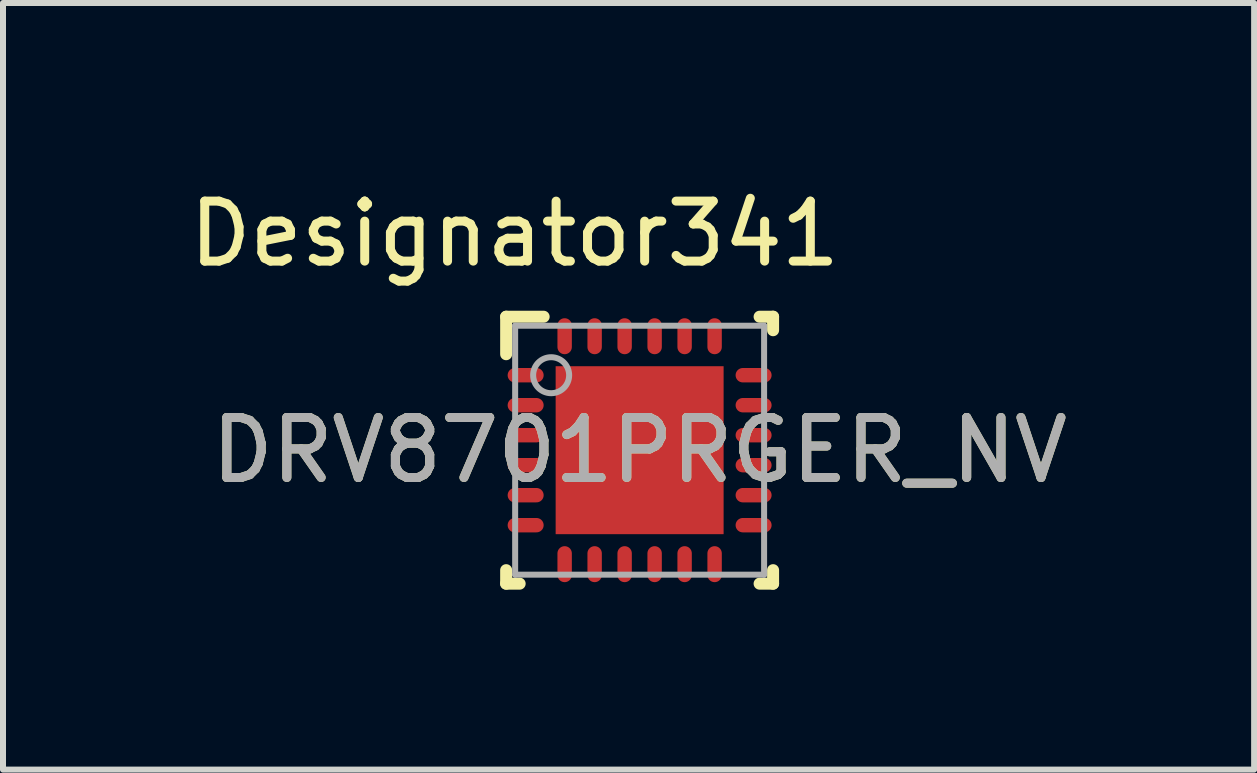
<source format=kicad_pcb>
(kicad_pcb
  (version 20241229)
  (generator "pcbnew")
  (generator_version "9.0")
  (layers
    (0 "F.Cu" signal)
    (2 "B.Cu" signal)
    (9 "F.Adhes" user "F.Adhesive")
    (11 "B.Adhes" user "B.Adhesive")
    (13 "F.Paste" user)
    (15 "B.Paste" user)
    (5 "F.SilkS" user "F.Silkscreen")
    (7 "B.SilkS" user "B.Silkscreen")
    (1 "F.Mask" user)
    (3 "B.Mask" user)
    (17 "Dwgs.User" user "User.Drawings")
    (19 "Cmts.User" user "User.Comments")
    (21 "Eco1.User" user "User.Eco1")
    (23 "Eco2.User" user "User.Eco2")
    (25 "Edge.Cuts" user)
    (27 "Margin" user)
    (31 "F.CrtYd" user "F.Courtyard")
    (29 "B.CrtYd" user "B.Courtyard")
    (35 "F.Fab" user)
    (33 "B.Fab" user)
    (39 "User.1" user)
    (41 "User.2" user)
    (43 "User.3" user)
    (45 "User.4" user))
  (footprint "DRV8701PRGER_NV"
    (layer "F.Cu")
    (at 7.613 4.455)
    (property "Reference" "DRV8701PRGER_NV" (at 0 0 0) (unlocked yes) (layer "F.SilkS") (effects (font (size 1 1) (thickness 0.15))))
    (attr smd)
    (fp_line (start -2.225 -2.225) (end -1.6 -2.225) (stroke (width 0.2) (type solid)) (layer "F.SilkS"))
    (fp_line (start -2.225 -1.6) (end -2.225 -2.225) (stroke (width 0.2) (type solid)) (layer "F.SilkS"))
    (fp_line (start -2.225 2.225) (end -2.225 2) (stroke (width 0.2) (type solid)) (layer "F.SilkS"))
    (fp_line (start -2.225 2.225) (end -2 2.225) (stroke (width 0.2) (type solid)) (layer "F.SilkS"))
    (fp_line (start 2 -2.225) (end 2.225 -2.225) (stroke (width 0.2) (type solid)) (layer "F.SilkS"))
    (fp_line (start 2 2.225) (end 2.225 2.225) (stroke (width 0.2) (type solid)) (layer "F.SilkS"))
    (fp_line (start 2.225 -2) (end 2.225 -2.225) (stroke (width 0.2) (type solid)) (layer "F.SilkS"))
    (fp_line (start 2.225 2.225) (end 2.225 2) (stroke (width 0.2) (type solid)) (layer "F.SilkS"))
    (fp_poly (pts (xy -0.1 -1.329) (xy -1.329 -1.329) (xy -1.329 -0.1) (xy -0.1 -0.1)) (stroke (width 0) (type solid)) (fill yes) (layer "F.Paste"))
    (fp_poly (pts (xy -0.1 0.1) (xy -1.329 0.1) (xy -1.329 1.329) (xy -0.1 1.329)) (stroke (width 0) (type solid)) (fill yes) (layer "F.Paste"))
    (fp_poly (pts (xy 0.1 -0.1) (xy 1.329 -0.1) (xy 1.329 -1.329) (xy 0.1 -1.329)) (stroke (width 0) (type solid)) (fill yes) (layer "F.Paste"))
    (fp_poly (pts (xy 0.1 1.329) (xy 1.329 1.329) (xy 1.329 0.1) (xy 0.1 0.1)) (stroke (width 0) (type solid)) (fill yes) (layer "F.Paste"))
    (fp_line (start -2.075 -2.075) (end 2.075 -2.075) (stroke (width 0.1) (type solid)) (layer "F.Fab"))
    (fp_line (start -2.075 2.075) (end -2.075 -2.075) (stroke (width 0.1) (type solid)) (layer "F.Fab"))
    (fp_line (start -2.075 2.075) (end 2.075 2.075) (stroke (width 0.1) (type solid)) (layer "F.Fab"))
    (fp_line (start 2.075 2.075) (end 2.075 -2.075) (stroke (width 0.1) (type solid)) (layer "F.Fab"))
    (fp_circle (center -1.475 -1.25) (end -1.175 -1.25) (stroke (width 0.1) (type solid)) (fill no) (layer "F.Fab"))
    (fp_text user "Designator341" (at -2.083 -3.607 0) (unlocked yes) (layer "F.SilkS") (effects (font (size 1 1) (thickness 0.15))))
    (fp_text user "${REFERENCE}" (at 0 0 0) (unlocked yes) (layer "F.Fab") (effects (font (size 1 1) (thickness 0.15))))
    (pad "1" smd oval (at -1.9 -1.25 90) (size 0.24 0.6) (layers "F.Cu" "F.Mask" "F.Paste"))
    (pad "2" smd oval (at -1.9 -0.75 90) (size 0.24 0.6) (layers "F.Cu" "F.Mask" "F.Paste"))
    (pad "3" smd oval (at -1.9 -0.25 90) (size 0.24 0.6) (layers "F.Cu" "F.Mask" "F.Paste"))
    (pad "4" smd oval (at -1.9 0.25 90) (size 0.24 0.6) (layers "F.Cu" "F.Mask" "F.Paste"))
    (pad "5" smd oval (at -1.9 0.75 90) (size 0.24 0.6) (layers "F.Cu" "F.Mask" "F.Paste"))
    (pad "6" smd oval (at -1.9 1.25 90) (size 0.24 0.6) (layers "F.Cu" "F.Mask" "F.Paste"))
    (pad "7" smd oval (at -1.25 1.9) (size 0.24 0.6) (layers "F.Cu" "F.Mask" "F.Paste"))
    (pad "8" smd oval (at -0.75 1.9) (size 0.24 0.6) (layers "F.Cu" "F.Mask" "F.Paste"))
    (pad "9" smd oval (at -0.25 1.9) (size 0.24 0.6) (layers "F.Cu" "F.Mask" "F.Paste"))
    (pad "10" smd oval (at 0.25 1.9) (size 0.24 0.6) (layers "F.Cu" "F.Mask" "F.Paste"))
    (pad "11" smd oval (at 0.75 1.9) (size 0.24 0.6) (layers "F.Cu" "F.Mask" "F.Paste"))
    (pad "12" smd oval (at 1.25 1.9) (size 0.24 0.6) (layers "F.Cu" "F.Mask" "F.Paste"))
    (pad "13" smd oval (at 1.9 1.25 90) (size 0.24 0.6) (layers "F.Cu" "F.Mask" "F.Paste"))
    (pad "14" smd oval (at 1.9 0.75 90) (size 0.24 0.6) (layers "F.Cu" "F.Mask" "F.Paste"))
    (pad "15" smd oval (at 1.9 0.25 90) (size 0.24 0.6) (layers "F.Cu" "F.Mask" "F.Paste"))
    (pad "16" smd oval (at 1.9 -0.25 90) (size 0.24 0.6) (layers "F.Cu" "F.Mask" "F.Paste"))
    (pad "17" smd oval (at 1.9 -0.75 90) (size 0.24 0.6) (layers "F.Cu" "F.Mask" "F.Paste"))
    (pad "18" smd oval (at 1.9 -1.25 90) (size 0.24 0.6) (layers "F.Cu" "F.Mask" "F.Paste"))
    (pad "19" smd oval (at 1.25 -1.9) (size 0.24 0.6) (layers "F.Cu" "F.Mask" "F.Paste"))
    (pad "20" smd oval (at 0.75 -1.9) (size 0.24 0.6) (layers "F.Cu" "F.Mask" "F.Paste"))
    (pad "21" smd oval (at 0.25 -1.9) (size 0.24 0.6) (layers "F.Cu" "F.Mask" "F.Paste"))
    (pad "22" smd oval (at -0.25 -1.9) (size 0.24 0.6) (layers "F.Cu" "F.Mask" "F.Paste"))
    (pad "23" smd oval (at -0.75 -1.9) (size 0.24 0.6) (layers "F.Cu" "F.Mask" "F.Paste"))
    (pad "24" smd oval (at -1.25 -1.9) (size 0.24 0.6) (layers "F.Cu" "F.Mask" "F.Paste"))
    (pad "25" smd rect (at 0.000003 0) (size 2.8 2.8) (layers "F.Cu" "F.Mask")))
  (gr_rect
    (start -3 -3)
    (end 17.857 9.78)
    (stroke (width 0.1) (type default))
    (fill no)
    (layer "Edge.Cuts")))
</source>
